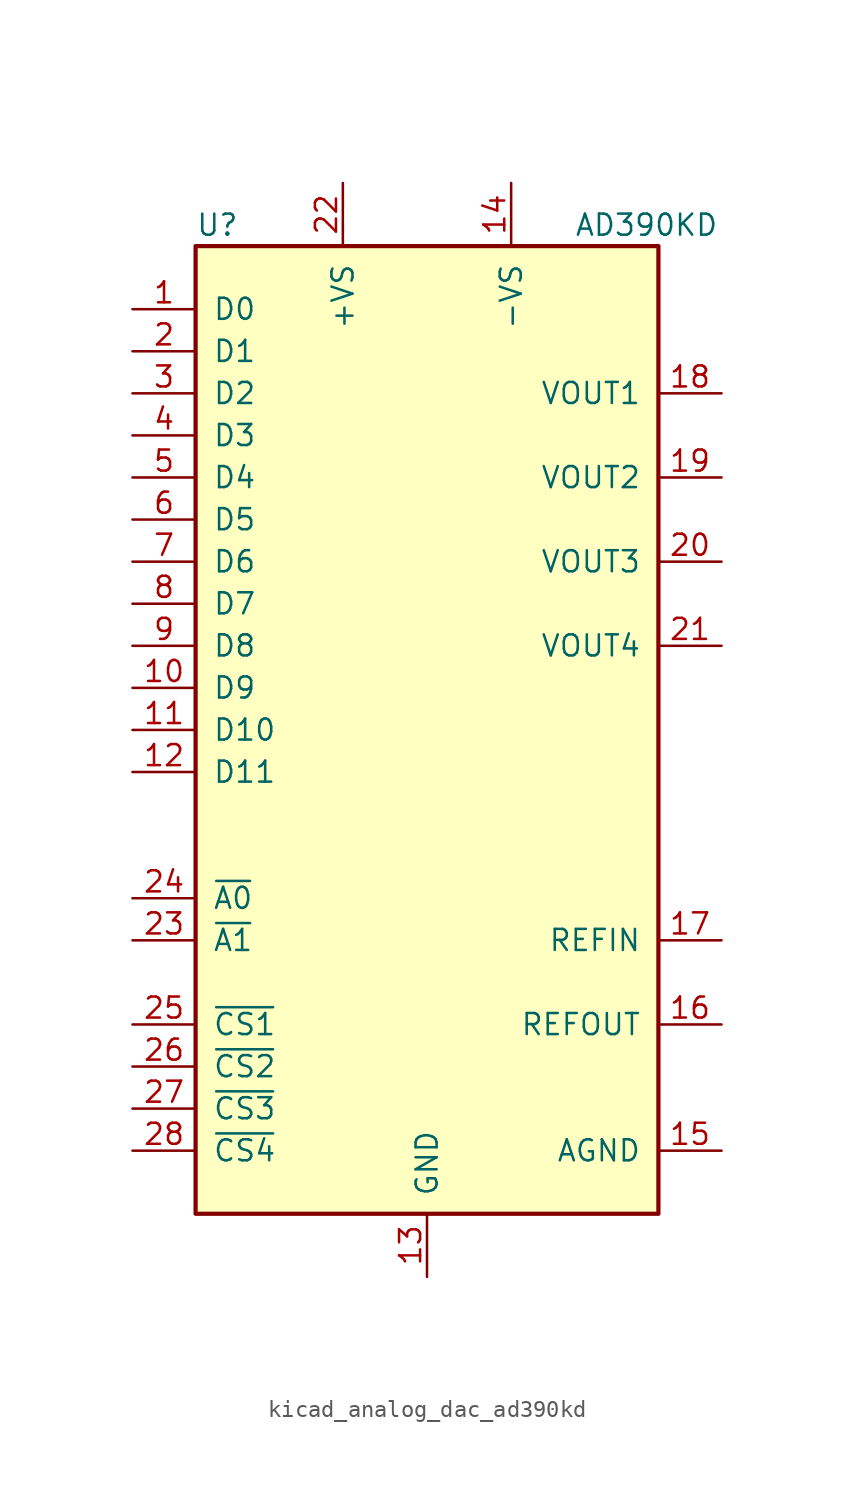
<source format=kicad_sym>
(kicad_symbol_lib
  (version 20220914)
  (generator kicad_symbol_editor)
  (symbol "kicad_analog_dac_ad390kd"
    (pin_names
      (offset 1.016))
    (property "Reference" "U"
      (at -13.97 30.48 0)
      (effects (font (size 1.27 1.27)) (justify left)))
    (property "Value" "AD390KD"
      (at 8.89 30.48 0)
      (effects (font (size 1.27 1.27)) (justify left)))
    (symbol "kicad_analog_dac_ad390kd_0_1"
      (rectangle (start -13.97 -29.21) (end 13.97 29.21) (stroke (width 0.254) (type default)) (fill (type background))))
    (symbol "kicad_analog_dac_ad390kd_1_1"
      (pin input line (at -17.78 25.4 0) (length 3.81) (name "D0" (effects (font (size 1.27 1.27)))) (number "1" (effects (font (size 1.27 1.27)))))
      (pin input line (at -17.78 2.54 0) (length 3.81) (name "D9" (effects (font (size 1.27 1.27)))) (number "10" (effects (font (size 1.27 1.27)))))
      (pin input line (at -17.78 0 0) (length 3.81) (name "D10" (effects (font (size 1.27 1.27)))) (number "11" (effects (font (size 1.27 1.27)))))
      (pin input line (at -17.78 -2.54 0) (length 3.81) (name "D11" (effects (font (size 1.27 1.27)))) (number "12" (effects (font (size 1.27 1.27)))))
      (pin power_in line (at 0 -33.02 90) (length 3.81) (name "GND" (effects (font (size 1.27 1.27)))) (number "13" (effects (font (size 1.27 1.27)))))
      (pin power_in line (at 5.08 33.02 270) (length 3.81) (name "-VS" (effects (font (size 1.27 1.27)))) (number "14" (effects (font (size 1.27 1.27)))))
      (pin passive line (at 17.78 -25.4 180) (length 3.81) (name "AGND" (effects (font (size 1.27 1.27)))) (number "15" (effects (font (size 1.27 1.27)))))
      (pin passive line (at 17.78 -17.78 180) (length 3.81) (name "REFOUT" (effects (font (size 1.27 1.27)))) (number "16" (effects (font (size 1.27 1.27)))))
      (pin passive line (at 17.78 -12.7 180) (length 3.81) (name "REFIN" (effects (font (size 1.27 1.27)))) (number "17" (effects (font (size 1.27 1.27)))))
      (pin passive line (at 17.78 20.32 180) (length 3.81) (name "VOUT1" (effects (font (size 1.27 1.27)))) (number "18" (effects (font (size 1.27 1.27)))))
      (pin passive line (at 17.78 15.24 180) (length 3.81) (name "VOUT2" (effects (font (size 1.27 1.27)))) (number "19" (effects (font (size 1.27 1.27)))))
      (pin input line (at -17.78 22.86 0) (length 3.81) (name "D1" (effects (font (size 1.27 1.27)))) (number "2" (effects (font (size 1.27 1.27)))))
      (pin passive line (at 17.78 10.16 180) (length 3.81) (name "VOUT3" (effects (font (size 1.27 1.27)))) (number "20" (effects (font (size 1.27 1.27)))))
      (pin passive line (at 17.78 5.08 180) (length 3.81) (name "VOUT4" (effects (font (size 1.27 1.27)))) (number "21" (effects (font (size 1.27 1.27)))))
      (pin power_in line (at -5.08 33.02 270) (length 3.81) (name "+VS" (effects (font (size 1.27 1.27)))) (number "22" (effects (font (size 1.27 1.27)))))
      (pin input line (at -17.78 -12.7 0) (length 3.81) (name "~{A1}" (effects (font (size 1.27 1.27)))) (number "23" (effects (font (size 1.27 1.27)))))
      (pin input line (at -17.78 -10.16 0) (length 3.81) (name "~{A0}" (effects (font (size 1.27 1.27)))) (number "24" (effects (font (size 1.27 1.27)))))
      (pin input line (at -17.78 -17.78 0) (length 3.81) (name "~{CS1}" (effects (font (size 1.27 1.27)))) (number "25" (effects (font (size 1.27 1.27)))))
      (pin input line (at -17.78 -20.32 0) (length 3.81) (name "~{CS2}" (effects (font (size 1.27 1.27)))) (number "26" (effects (font (size 1.27 1.27)))))
      (pin input line (at -17.78 -22.86 0) (length 3.81) (name "~{CS3}" (effects (font (size 1.27 1.27)))) (number "27" (effects (font (size 1.27 1.27)))))
      (pin input line (at -17.78 -25.4 0) (length 3.81) (name "~{CS4}" (effects (font (size 1.27 1.27)))) (number "28" (effects (font (size 1.27 1.27)))))
      (pin input line (at -17.78 20.32 0) (length 3.81) (name "D2" (effects (font (size 1.27 1.27)))) (number "3" (effects (font (size 1.27 1.27)))))
      (pin input line (at -17.78 17.78 0) (length 3.81) (name "D3" (effects (font (size 1.27 1.27)))) (number "4" (effects (font (size 1.27 1.27)))))
      (pin input line (at -17.78 15.24 0) (length 3.81) (name "D4" (effects (font (size 1.27 1.27)))) (number "5" (effects (font (size 1.27 1.27)))))
      (pin input line (at -17.78 12.7 0) (length 3.81) (name "D5" (effects (font (size 1.27 1.27)))) (number "6" (effects (font (size 1.27 1.27)))))
      (pin input line (at -17.78 10.16 0) (length 3.81) (name "D6" (effects (font (size 1.27 1.27)))) (number "7" (effects (font (size 1.27 1.27)))))
      (pin input line (at -17.78 7.62 0) (length 3.81) (name "D7" (effects (font (size 1.27 1.27)))) (number "8" (effects (font (size 1.27 1.27)))))
      (pin input line (at -17.78 5.08 0) (length 3.81) (name "D8" (effects (font (size 1.27 1.27)))) (number "9" (effects (font (size 1.27 1.27))))))))
</source>
